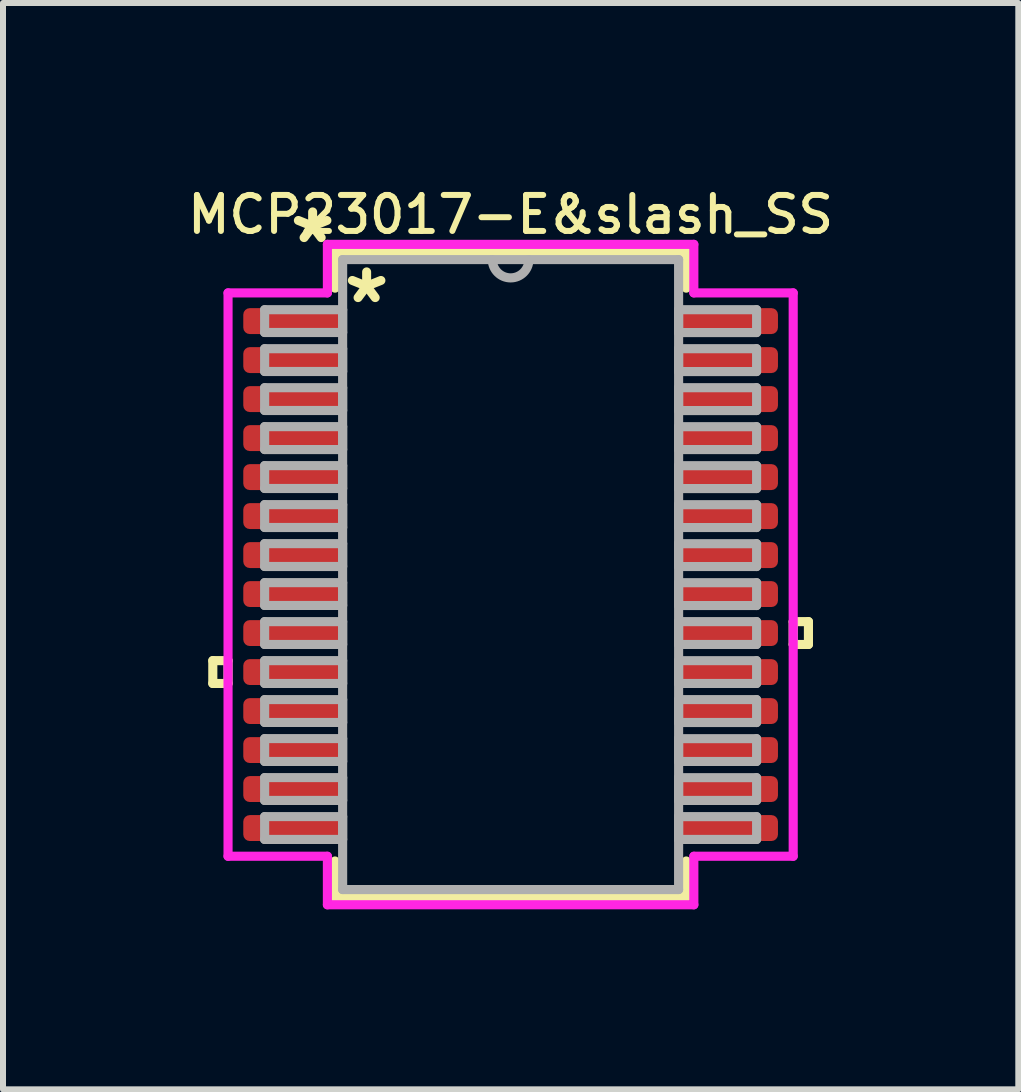
<source format=kicad_pcb>
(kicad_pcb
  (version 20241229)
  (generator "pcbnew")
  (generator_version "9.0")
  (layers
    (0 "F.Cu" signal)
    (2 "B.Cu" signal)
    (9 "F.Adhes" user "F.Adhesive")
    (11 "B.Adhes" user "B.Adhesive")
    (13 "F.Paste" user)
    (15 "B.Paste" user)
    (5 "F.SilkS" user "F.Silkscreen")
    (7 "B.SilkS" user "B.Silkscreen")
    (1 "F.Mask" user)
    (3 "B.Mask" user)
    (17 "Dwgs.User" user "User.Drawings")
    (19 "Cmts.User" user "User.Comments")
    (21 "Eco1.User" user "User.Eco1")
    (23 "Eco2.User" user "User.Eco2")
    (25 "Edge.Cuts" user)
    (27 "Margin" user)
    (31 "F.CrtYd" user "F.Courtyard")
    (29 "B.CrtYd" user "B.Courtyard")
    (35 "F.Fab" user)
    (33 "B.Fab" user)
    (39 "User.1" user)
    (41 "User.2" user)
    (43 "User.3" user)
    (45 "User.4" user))
  (footprint "MCP23017-E&slash_SS"
    (layer "F.Cu")
    (at 5.461 6.527)
    (property "Reference" "MCP23017-E&slash_SS" (at 0 -6 0) (layer "F.SilkS") (effects (font (size 0.6 0.6) (thickness 0.1))))
    (attr smd)
    (fp_line (start -4.964 1.434) (end -4.964 1.815) (stroke (width 0.152) (type solid)) (layer "F.SilkS"))
    (fp_line (start -4.964 1.815) (end -4.71 1.815) (stroke (width 0.152) (type solid)) (layer "F.SilkS"))
    (fp_line (start -4.71 1.434) (end -4.964 1.434) (stroke (width 0.152) (type solid)) (layer "F.SilkS"))
    (fp_line (start -4.71 1.815) (end -4.71 1.434) (stroke (width 0.152) (type solid)) (layer "F.SilkS"))
    (fp_line (start -2.927 -5.377) (end -2.927 -4.774) (stroke (width 0.152) (type solid)) (layer "F.SilkS"))
    (fp_line (start -2.927 4.774) (end -2.927 5.377) (stroke (width 0.152) (type solid)) (layer "F.SilkS"))
    (fp_line (start -2.927 5.377) (end 2.927 5.377) (stroke (width 0.152) (type solid)) (layer "F.SilkS"))
    (fp_line (start 2.927 -5.377) (end -2.927 -5.377) (stroke (width 0.152) (type solid)) (layer "F.SilkS"))
    (fp_line (start 2.927 -4.774) (end 2.927 -5.377) (stroke (width 0.152) (type solid)) (layer "F.SilkS"))
    (fp_line (start 2.927 5.377) (end 2.927 4.774) (stroke (width 0.152) (type solid)) (layer "F.SilkS"))
    (fp_line (start 4.71 0.784) (end 4.964 0.784) (stroke (width 0.152) (type solid)) (layer "F.SilkS"))
    (fp_line (start 4.71 1.165) (end 4.71 0.784) (stroke (width 0.152) (type solid)) (layer "F.SilkS"))
    (fp_line (start 4.964 0.784) (end 4.964 1.165) (stroke (width 0.152) (type solid)) (layer "F.SilkS"))
    (fp_line (start 4.964 1.165) (end 4.71 1.165) (stroke (width 0.152) (type solid)) (layer "F.SilkS"))
    (fp_line (start -4.71 -4.695) (end -3.054 -4.695) (stroke (width 0.152) (type solid)) (layer "F.CrtYd"))
    (fp_line (start -4.71 4.695) (end -4.71 -4.695) (stroke (width 0.152) (type solid)) (layer "F.CrtYd"))
    (fp_line (start -3.054 -5.504) (end 3.054 -5.504) (stroke (width 0.152) (type solid)) (layer "F.CrtYd"))
    (fp_line (start -3.054 -4.695) (end -3.054 -5.504) (stroke (width 0.152) (type solid)) (layer "F.CrtYd"))
    (fp_line (start -3.054 4.695) (end -4.71 4.695) (stroke (width 0.152) (type solid)) (layer "F.CrtYd"))
    (fp_line (start -3.054 5.504) (end -3.054 4.695) (stroke (width 0.152) (type solid)) (layer "F.CrtYd"))
    (fp_line (start 3.054 -5.504) (end 3.054 -4.695) (stroke (width 0.152) (type solid)) (layer "F.CrtYd"))
    (fp_line (start 3.054 -4.695) (end 4.71 -4.695) (stroke (width 0.152) (type solid)) (layer "F.CrtYd"))
    (fp_line (start 3.054 4.695) (end 3.054 5.504) (stroke (width 0.152) (type solid)) (layer "F.CrtYd"))
    (fp_line (start 3.054 5.504) (end -3.054 5.504) (stroke (width 0.152) (type solid)) (layer "F.CrtYd"))
    (fp_line (start 4.71 -4.695) (end 4.71 4.695) (stroke (width 0.152) (type solid)) (layer "F.CrtYd"))
    (fp_line (start 4.71 4.695) (end 3.054 4.695) (stroke (width 0.152) (type solid)) (layer "F.CrtYd"))
    (fp_line (start -4.1 -4.415) (end -4.1 -4.035) (stroke (width 0.152) (type solid)) (layer "F.Fab"))
    (fp_line (start -4.1 -4.035) (end -2.8 -4.035) (stroke (width 0.152) (type solid)) (layer "F.Fab"))
    (fp_line (start -4.1 -3.765) (end -4.1 -3.385) (stroke (width 0.152) (type solid)) (layer "F.Fab"))
    (fp_line (start -4.1 -3.385) (end -2.8 -3.385) (stroke (width 0.152) (type solid)) (layer "F.Fab"))
    (fp_line (start -4.1 -3.115) (end -4.1 -2.735) (stroke (width 0.152) (type solid)) (layer "F.Fab"))
    (fp_line (start -4.1 -2.735) (end -2.8 -2.735) (stroke (width 0.152) (type solid)) (layer "F.Fab"))
    (fp_line (start -4.1 -2.466) (end -4.1 -2.084) (stroke (width 0.152) (type solid)) (layer "F.Fab"))
    (fp_line (start -4.1 -2.084) (end -2.8 -2.084) (stroke (width 0.152) (type solid)) (layer "F.Fab"))
    (fp_line (start -4.1 -1.816) (end -4.1 -1.435) (stroke (width 0.152) (type solid)) (layer "F.Fab"))
    (fp_line (start -4.1 -1.435) (end -2.8 -1.435) (stroke (width 0.152) (type solid)) (layer "F.Fab"))
    (fp_line (start -4.1 -1.166) (end -4.1 -0.785) (stroke (width 0.152) (type solid)) (layer "F.Fab"))
    (fp_line (start -4.1 -0.785) (end -2.8 -0.785) (stroke (width 0.152) (type solid)) (layer "F.Fab"))
    (fp_line (start -4.1 -0.516) (end -4.1 -0.135) (stroke (width 0.152) (type solid)) (layer "F.Fab"))
    (fp_line (start -4.1 -0.135) (end -2.8 -0.135) (stroke (width 0.152) (type solid)) (layer "F.Fab"))
    (fp_line (start -4.1 0.134) (end -4.1 0.515) (stroke (width 0.152) (type solid)) (layer "F.Fab"))
    (fp_line (start -4.1 0.515) (end -2.8 0.515) (stroke (width 0.152) (type solid)) (layer "F.Fab"))
    (fp_line (start -4.1 0.784) (end -4.1 1.165) (stroke (width 0.152) (type solid)) (layer "F.Fab"))
    (fp_line (start -4.1 1.165) (end -2.8 1.165) (stroke (width 0.152) (type solid)) (layer "F.Fab"))
    (fp_line (start -4.1 1.434) (end -4.1 1.815) (stroke (width 0.152) (type solid)) (layer "F.Fab"))
    (fp_line (start -4.1 1.815) (end -2.8 1.815) (stroke (width 0.152) (type solid)) (layer "F.Fab"))
    (fp_line (start -4.1 2.084) (end -4.1 2.465) (stroke (width 0.152) (type solid)) (layer "F.Fab"))
    (fp_line (start -4.1 2.465) (end -2.8 2.465) (stroke (width 0.152) (type solid)) (layer "F.Fab"))
    (fp_line (start -4.1 2.734) (end -4.1 3.115) (stroke (width 0.152) (type solid)) (layer "F.Fab"))
    (fp_line (start -4.1 3.115) (end -2.8 3.115) (stroke (width 0.152) (type solid)) (layer "F.Fab"))
    (fp_line (start -4.1 3.384) (end -4.1 3.765) (stroke (width 0.152) (type solid)) (layer "F.Fab"))
    (fp_line (start -4.1 3.765) (end -2.8 3.765) (stroke (width 0.152) (type solid)) (layer "F.Fab"))
    (fp_line (start -4.1 4.034) (end -4.1 4.415) (stroke (width 0.152) (type solid)) (layer "F.Fab"))
    (fp_line (start -4.1 4.415) (end -2.8 4.415) (stroke (width 0.152) (type solid)) (layer "F.Fab"))
    (fp_line (start -2.8 -5.25) (end -2.8 5.25) (stroke (width 0.152) (type solid)) (layer "F.Fab"))
    (fp_line (start -2.8 -4.415) (end -4.1 -4.415) (stroke (width 0.152) (type solid)) (layer "F.Fab"))
    (fp_line (start -2.8 -4.035) (end -2.8 -4.415) (stroke (width 0.152) (type solid)) (layer "F.Fab"))
    (fp_line (start -2.8 -3.765) (end -4.1 -3.765) (stroke (width 0.152) (type solid)) (layer "F.Fab"))
    (fp_line (start -2.8 -3.385) (end -2.8 -3.765) (stroke (width 0.152) (type solid)) (layer "F.Fab"))
    (fp_line (start -2.8 -3.115) (end -4.1 -3.115) (stroke (width 0.152) (type solid)) (layer "F.Fab"))
    (fp_line (start -2.8 -2.735) (end -2.8 -3.115) (stroke (width 0.152) (type solid)) (layer "F.Fab"))
    (fp_line (start -2.8 -2.466) (end -4.1 -2.466) (stroke (width 0.152) (type solid)) (layer "F.Fab"))
    (fp_line (start -2.8 -2.084) (end -2.8 -2.466) (stroke (width 0.152) (type solid)) (layer "F.Fab"))
    (fp_line (start -2.8 -1.816) (end -4.1 -1.816) (stroke (width 0.152) (type solid)) (layer "F.Fab"))
    (fp_line (start -2.8 -1.435) (end -2.8 -1.816) (stroke (width 0.152) (type solid)) (layer "F.Fab"))
    (fp_line (start -2.8 -1.166) (end -4.1 -1.166) (stroke (width 0.152) (type solid)) (layer "F.Fab"))
    (fp_line (start -2.8 -0.785) (end -2.8 -1.166) (stroke (width 0.152) (type solid)) (layer "F.Fab"))
    (fp_line (start -2.8 -0.516) (end -4.1 -0.516) (stroke (width 0.152) (type solid)) (layer "F.Fab"))
    (fp_line (start -2.8 -0.135) (end -2.8 -0.516) (stroke (width 0.152) (type solid)) (layer "F.Fab"))
    (fp_line (start -2.8 0.134) (end -4.1 0.134) (stroke (width 0.152) (type solid)) (layer "F.Fab"))
    (fp_line (start -2.8 0.515) (end -2.8 0.134) (stroke (width 0.152) (type solid)) (layer "F.Fab"))
    (fp_line (start -2.8 0.784) (end -4.1 0.784) (stroke (width 0.152) (type solid)) (layer "F.Fab"))
    (fp_line (start -2.8 1.165) (end -2.8 0.784) (stroke (width 0.152) (type solid)) (layer "F.Fab"))
    (fp_line (start -2.8 1.434) (end -4.1 1.434) (stroke (width 0.152) (type solid)) (layer "F.Fab"))
    (fp_line (start -2.8 1.815) (end -2.8 1.434) (stroke (width 0.152) (type solid)) (layer "F.Fab"))
    (fp_line (start -2.8 2.084) (end -4.1 2.084) (stroke (width 0.152) (type solid)) (layer "F.Fab"))
    (fp_line (start -2.8 2.465) (end -2.8 2.084) (stroke (width 0.152) (type solid)) (layer "F.Fab"))
    (fp_line (start -2.8 2.734) (end -4.1 2.734) (stroke (width 0.152) (type solid)) (layer "F.Fab"))
    (fp_line (start -2.8 3.115) (end -2.8 2.734) (stroke (width 0.152) (type solid)) (layer "F.Fab"))
    (fp_line (start -2.8 3.384) (end -4.1 3.384) (stroke (width 0.152) (type solid)) (layer "F.Fab"))
    (fp_line (start -2.8 3.765) (end -2.8 3.384) (stroke (width 0.152) (type solid)) (layer "F.Fab"))
    (fp_line (start -2.8 4.034) (end -4.1 4.034) (stroke (width 0.152) (type solid)) (layer "F.Fab"))
    (fp_line (start -2.8 4.415) (end -2.8 4.034) (stroke (width 0.152) (type solid)) (layer "F.Fab"))
    (fp_line (start -2.8 5.25) (end 2.8 5.25) (stroke (width 0.152) (type solid)) (layer "F.Fab"))
    (fp_line (start 2.8 -5.25) (end -2.8 -5.25) (stroke (width 0.152) (type solid)) (layer "F.Fab"))
    (fp_line (start 2.8 -4.415) (end 2.8 -4.034) (stroke (width 0.152) (type solid)) (layer "F.Fab"))
    (fp_line (start 2.8 -4.034) (end 4.1 -4.034) (stroke (width 0.152) (type solid)) (layer "F.Fab"))
    (fp_line (start 2.8 -3.765) (end 2.8 -3.384) (stroke (width 0.152) (type solid)) (layer "F.Fab"))
    (fp_line (start 2.8 -3.384) (end 4.1 -3.384) (stroke (width 0.152) (type solid)) (layer "F.Fab"))
    (fp_line (start 2.8 -3.115) (end 2.8 -2.734) (stroke (width 0.152) (type solid)) (layer "F.Fab"))
    (fp_line (start 2.8 -2.734) (end 4.1 -2.734) (stroke (width 0.152) (type solid)) (layer "F.Fab"))
    (fp_line (start 2.8 -2.465) (end 2.8 -2.084) (stroke (width 0.152) (type solid)) (layer "F.Fab"))
    (fp_line (start 2.8 -2.084) (end 4.1 -2.084) (stroke (width 0.152) (type solid)) (layer "F.Fab"))
    (fp_line (start 2.8 -1.815) (end 2.8 -1.434) (stroke (width 0.152) (type solid)) (layer "F.Fab"))
    (fp_line (start 2.8 -1.434) (end 4.1 -1.434) (stroke (width 0.152) (type solid)) (layer "F.Fab"))
    (fp_line (start 2.8 -1.165) (end 2.8 -0.784) (stroke (width 0.152) (type solid)) (layer "F.Fab"))
    (fp_line (start 2.8 -0.784) (end 4.1 -0.784) (stroke (width 0.152) (type solid)) (layer "F.Fab"))
    (fp_line (start 2.8 -0.515) (end 2.8 -0.134) (stroke (width 0.152) (type solid)) (layer "F.Fab"))
    (fp_line (start 2.8 -0.134) (end 4.1 -0.134) (stroke (width 0.152) (type solid)) (layer "F.Fab"))
    (fp_line (start 2.8 0.135) (end 2.8 0.516) (stroke (width 0.152) (type solid)) (layer "F.Fab"))
    (fp_line (start 2.8 0.516) (end 4.1 0.516) (stroke (width 0.152) (type solid)) (layer "F.Fab"))
    (fp_line (start 2.8 0.784) (end 2.8 1.165) (stroke (width 0.152) (type solid)) (layer "F.Fab"))
    (fp_line (start 2.8 1.165) (end 4.1 1.165) (stroke (width 0.152) (type solid)) (layer "F.Fab"))
    (fp_line (start 2.8 1.435) (end 2.8 1.815) (stroke (width 0.152) (type solid)) (layer "F.Fab"))
    (fp_line (start 2.8 1.815) (end 4.1 1.815) (stroke (width 0.152) (type solid)) (layer "F.Fab"))
    (fp_line (start 2.8 2.084) (end 2.8 2.466) (stroke (width 0.152) (type solid)) (layer "F.Fab"))
    (fp_line (start 2.8 2.466) (end 4.1 2.466) (stroke (width 0.152) (type solid)) (layer "F.Fab"))
    (fp_line (start 2.8 2.735) (end 2.8 3.115) (stroke (width 0.152) (type solid)) (layer "F.Fab"))
    (fp_line (start 2.8 3.115) (end 4.1 3.115) (stroke (width 0.152) (type solid)) (layer "F.Fab"))
    (fp_line (start 2.8 3.385) (end 2.8 3.765) (stroke (width 0.152) (type solid)) (layer "F.Fab"))
    (fp_line (start 2.8 3.765) (end 4.1 3.765) (stroke (width 0.152) (type solid)) (layer "F.Fab"))
    (fp_line (start 2.8 4.035) (end 2.8 4.415) (stroke (width 0.152) (type solid)) (layer "F.Fab"))
    (fp_line (start 2.8 4.415) (end 4.1 4.415) (stroke (width 0.152) (type solid)) (layer "F.Fab"))
    (fp_line (start 2.8 5.25) (end 2.8 -5.25) (stroke (width 0.152) (type solid)) (layer "F.Fab"))
    (fp_line (start 4.1 -4.415) (end 2.8 -4.415) (stroke (width 0.152) (type solid)) (layer "F.Fab"))
    (fp_line (start 4.1 -4.034) (end 4.1 -4.415) (stroke (width 0.152) (type solid)) (layer "F.Fab"))
    (fp_line (start 4.1 -3.765) (end 2.8 -3.765) (stroke (width 0.152) (type solid)) (layer "F.Fab"))
    (fp_line (start 4.1 -3.384) (end 4.1 -3.765) (stroke (width 0.152) (type solid)) (layer "F.Fab"))
    (fp_line (start 4.1 -3.115) (end 2.8 -3.115) (stroke (width 0.152) (type solid)) (layer "F.Fab"))
    (fp_line (start 4.1 -2.734) (end 4.1 -3.115) (stroke (width 0.152) (type solid)) (layer "F.Fab"))
    (fp_line (start 4.1 -2.465) (end 2.8 -2.465) (stroke (width 0.152) (type solid)) (layer "F.Fab"))
    (fp_line (start 4.1 -2.084) (end 4.1 -2.465) (stroke (width 0.152) (type solid)) (layer "F.Fab"))
    (fp_line (start 4.1 -1.815) (end 2.8 -1.815) (stroke (width 0.152) (type solid)) (layer "F.Fab"))
    (fp_line (start 4.1 -1.434) (end 4.1 -1.815) (stroke (width 0.152) (type solid)) (layer "F.Fab"))
    (fp_line (start 4.1 -1.165) (end 2.8 -1.165) (stroke (width 0.152) (type solid)) (layer "F.Fab"))
    (fp_line (start 4.1 -0.784) (end 4.1 -1.165) (stroke (width 0.152) (type solid)) (layer "F.Fab"))
    (fp_line (start 4.1 -0.515) (end 2.8 -0.515) (stroke (width 0.152) (type solid)) (layer "F.Fab"))
    (fp_line (start 4.1 -0.134) (end 4.1 -0.515) (stroke (width 0.152) (type solid)) (layer "F.Fab"))
    (fp_line (start 4.1 0.135) (end 2.8 0.135) (stroke (width 0.152) (type solid)) (layer "F.Fab"))
    (fp_line (start 4.1 0.516) (end 4.1 0.135) (stroke (width 0.152) (type solid)) (layer "F.Fab"))
    (fp_line (start 4.1 0.784) (end 2.8 0.784) (stroke (width 0.152) (type solid)) (layer "F.Fab"))
    (fp_line (start 4.1 1.165) (end 4.1 0.784) (stroke (width 0.152) (type solid)) (layer "F.Fab"))
    (fp_line (start 4.1 1.435) (end 2.8 1.435) (stroke (width 0.152) (type solid)) (layer "F.Fab"))
    (fp_line (start 4.1 1.815) (end 4.1 1.435) (stroke (width 0.152) (type solid)) (layer "F.Fab"))
    (fp_line (start 4.1 2.084) (end 2.8 2.084) (stroke (width 0.152) (type solid)) (layer "F.Fab"))
    (fp_line (start 4.1 2.466) (end 4.1 2.084) (stroke (width 0.152) (type solid)) (layer "F.Fab"))
    (fp_line (start 4.1 2.735) (end 2.8 2.735) (stroke (width 0.152) (type solid)) (layer "F.Fab"))
    (fp_line (start 4.1 3.115) (end 4.1 2.735) (stroke (width 0.152) (type solid)) (layer "F.Fab"))
    (fp_line (start 4.1 3.385) (end 2.8 3.385) (stroke (width 0.152) (type solid)) (layer "F.Fab"))
    (fp_line (start 4.1 3.765) (end 4.1 3.385) (stroke (width 0.152) (type solid)) (layer "F.Fab"))
    (fp_line (start 4.1 4.035) (end 2.8 4.035) (stroke (width 0.152) (type solid)) (layer "F.Fab"))
    (fp_line (start 4.1 4.415) (end 4.1 4.035) (stroke (width 0.152) (type solid)) (layer "F.Fab"))
    (fp_arc (start 0.3048 -5.25) (mid 0 -4.9452) (end -0.3048 -5.25) (stroke (width 0.1524) (type solid)) (layer "F.Fab"))
    (fp_text user "*" (at -3.3 -5.5 0) (layer "F.SilkS") (effects (font (size 1 1) (thickness 0.15))))
    (fp_text user "*" (at -2.4 -4.5 0) (layer "F.SilkS") (effects (font (size 1 1) (thickness 0.15))))
    (pad "1" smd roundrect (at -3.628 -4.225) (size 1.656 0.432) (layers "F.Cu" "F.Mask" "F.Paste") (roundrect_rratio 0.25))
    (pad "2" smd roundrect (at -3.628 -3.575) (size 1.656 0.432) (layers "F.Cu" "F.Mask" "F.Paste") (roundrect_rratio 0.25))
    (pad "3" smd roundrect (at -3.628 -2.925) (size 1.656 0.432) (layers "F.Cu" "F.Mask" "F.Paste") (roundrect_rratio 0.25))
    (pad "4" smd roundrect (at -3.628 -2.275) (size 1.656 0.432) (layers "F.Cu" "F.Mask" "F.Paste") (roundrect_rratio 0.25))
    (pad "5" smd roundrect (at -3.628 -1.625) (size 1.656 0.432) (layers "F.Cu" "F.Mask" "F.Paste") (roundrect_rratio 0.25))
    (pad "6" smd roundrect (at -3.628 -0.975) (size 1.656 0.432) (layers "F.Cu" "F.Mask" "F.Paste") (roundrect_rratio 0.25))
    (pad "7" smd roundrect (at -3.628 -0.325) (size 1.656 0.432) (layers "F.Cu" "F.Mask" "F.Paste") (roundrect_rratio 0.25))
    (pad "8" smd roundrect (at -3.628 0.325) (size 1.656 0.432) (layers "F.Cu" "F.Mask" "F.Paste") (roundrect_rratio 0.25))
    (pad "9" smd roundrect (at -3.628 0.975) (size 1.656 0.432) (layers "F.Cu" "F.Mask" "F.Paste") (roundrect_rratio 0.25))
    (pad "10" smd roundrect (at -3.628 1.625) (size 1.656 0.432) (layers "F.Cu" "F.Mask" "F.Paste") (roundrect_rratio 0.25))
    (pad "11" smd roundrect (at -3.628 2.275) (size 1.656 0.432) (layers "F.Cu" "F.Mask" "F.Paste") (roundrect_rratio 0.25))
    (pad "12" smd roundrect (at -3.628 2.925) (size 1.656 0.432) (layers "F.Cu" "F.Mask" "F.Paste") (roundrect_rratio 0.25))
    (pad "13" smd roundrect (at -3.628 3.575) (size 1.656 0.432) (layers "F.Cu" "F.Mask" "F.Paste") (roundrect_rratio 0.25))
    (pad "14" smd roundrect (at -3.628 4.225) (size 1.656 0.432) (layers "F.Cu" "F.Mask" "F.Paste") (roundrect_rratio 0.25))
    (pad "15" smd roundrect (at 3.628 4.225) (size 1.656 0.432) (layers "F.Cu" "F.Mask" "F.Paste") (roundrect_rratio 0.25))
    (pad "16" smd roundrect (at 3.628 3.575) (size 1.656 0.432) (layers "F.Cu" "F.Mask" "F.Paste") (roundrect_rratio 0.25))
    (pad "17" smd roundrect (at 3.628 2.925) (size 1.656 0.432) (layers "F.Cu" "F.Mask" "F.Paste") (roundrect_rratio 0.25))
    (pad "18" smd roundrect (at 3.628 2.275) (size 1.656 0.432) (layers "F.Cu" "F.Mask" "F.Paste") (roundrect_rratio 0.25))
    (pad "19" smd roundrect (at 3.628 1.625) (size 1.656 0.432) (layers "F.Cu" "F.Mask" "F.Paste") (roundrect_rratio 0.25))
    (pad "20" smd roundrect (at 3.628 0.975) (size 1.656 0.432) (layers "F.Cu" "F.Mask" "F.Paste") (roundrect_rratio 0.25))
    (pad "21" smd roundrect (at 3.628 0.325) (size 1.656 0.432) (layers "F.Cu" "F.Mask" "F.Paste") (roundrect_rratio 0.25))
    (pad "22" smd roundrect (at 3.628 -0.325) (size 1.656 0.432) (layers "F.Cu" "F.Mask" "F.Paste") (roundrect_rratio 0.25))
    (pad "23" smd roundrect (at 3.628 -0.975) (size 1.656 0.432) (layers "F.Cu" "F.Mask" "F.Paste") (roundrect_rratio 0.25))
    (pad "24" smd roundrect (at 3.628 -1.625) (size 1.656 0.432) (layers "F.Cu" "F.Mask" "F.Paste") (roundrect_rratio 0.25))
    (pad "25" smd roundrect (at 3.628 -2.275) (size 1.656 0.432) (layers "F.Cu" "F.Mask" "F.Paste") (roundrect_rratio 0.25))
    (pad "26" smd roundrect (at 3.628 -2.925) (size 1.656 0.432) (layers "F.Cu" "F.Mask" "F.Paste") (roundrect_rratio 0.25))
    (pad "27" smd roundrect (at 3.628 -3.575) (size 1.656 0.432) (layers "F.Cu" "F.Mask" "F.Paste") (roundrect_rratio 0.25))
    (pad "28" smd roundrect (at 3.628 -4.225) (size 1.656 0.432) (layers "F.Cu" "F.Mask" "F.Paste") (roundrect_rratio 0.25)))
  (gr_rect
    (start -3 -3)
    (end 13.923 15.107)
    (stroke (width 0.1) (type default))
    (fill no)
    (layer "Edge.Cuts")))
</source>
